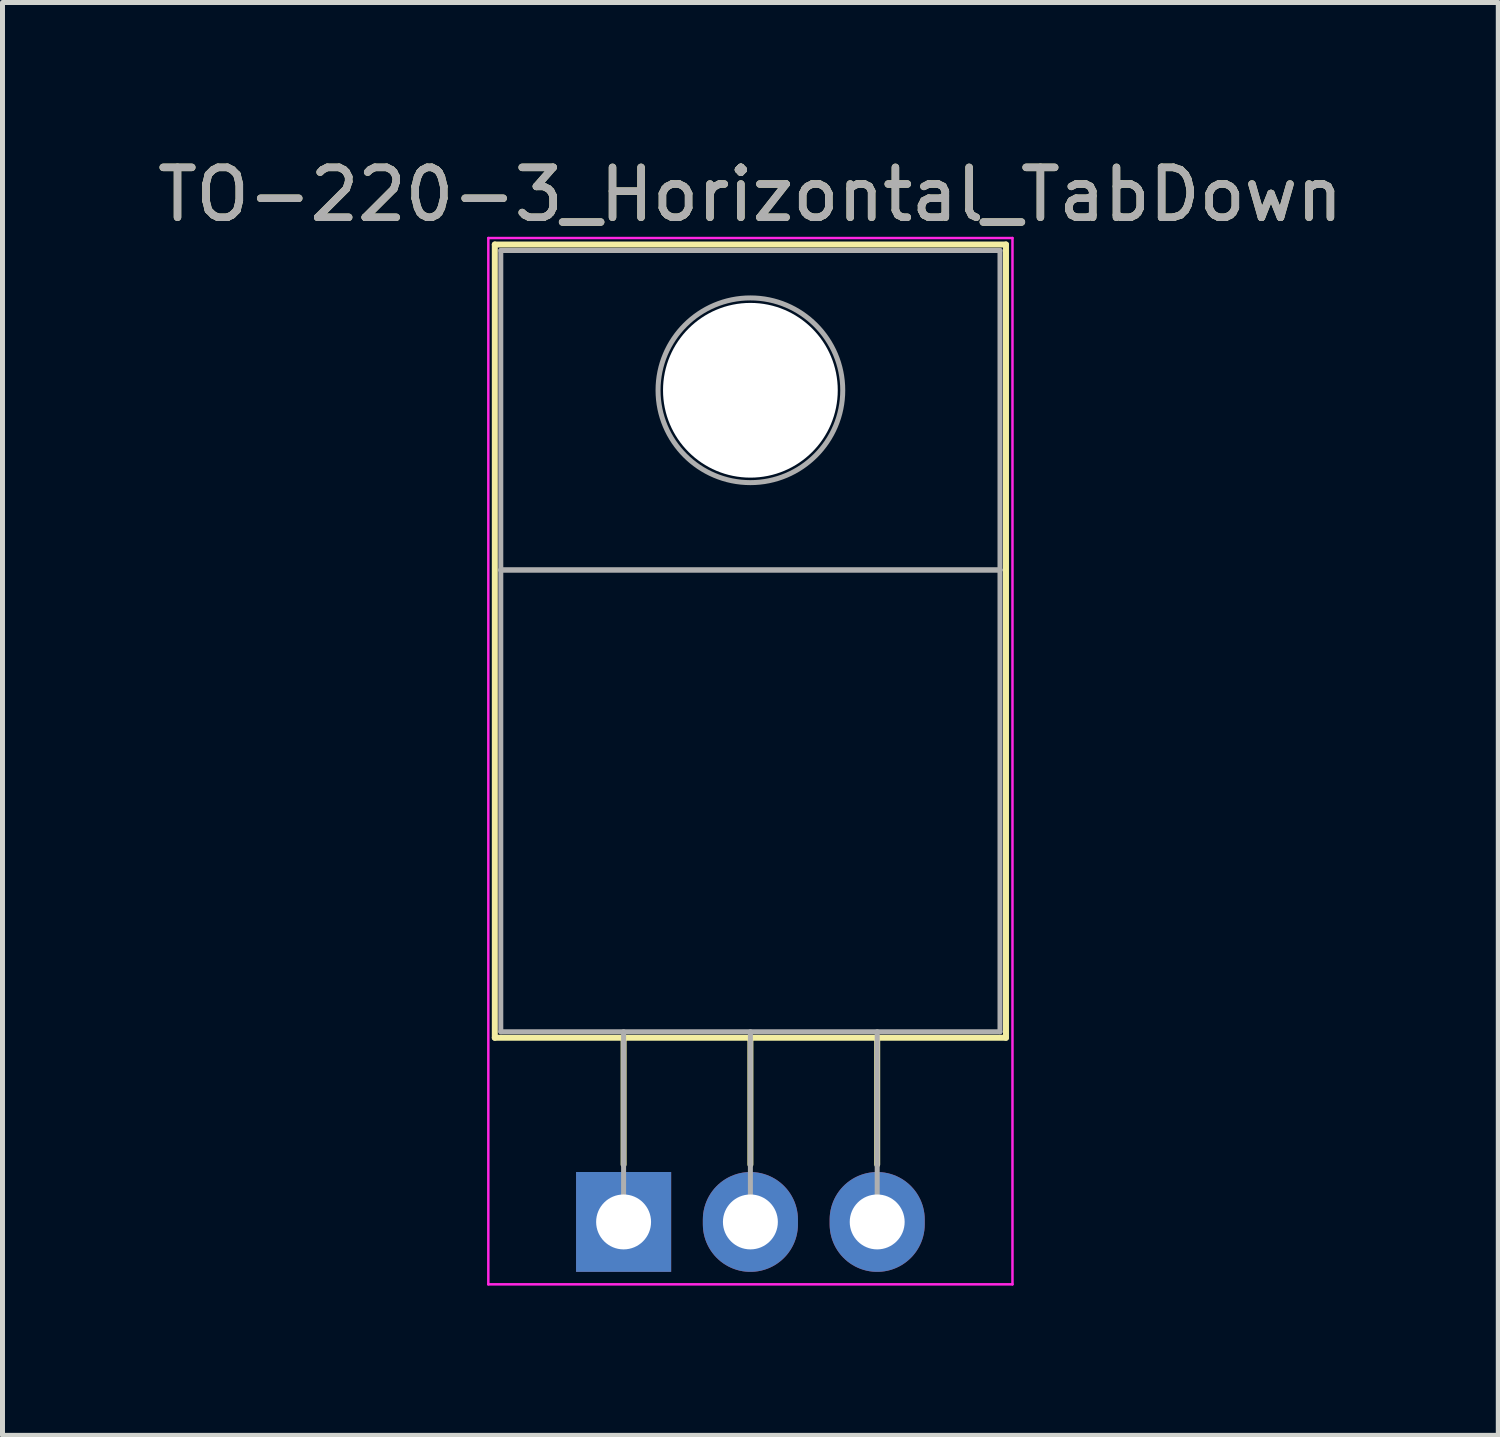
<source format=kicad_pcb>
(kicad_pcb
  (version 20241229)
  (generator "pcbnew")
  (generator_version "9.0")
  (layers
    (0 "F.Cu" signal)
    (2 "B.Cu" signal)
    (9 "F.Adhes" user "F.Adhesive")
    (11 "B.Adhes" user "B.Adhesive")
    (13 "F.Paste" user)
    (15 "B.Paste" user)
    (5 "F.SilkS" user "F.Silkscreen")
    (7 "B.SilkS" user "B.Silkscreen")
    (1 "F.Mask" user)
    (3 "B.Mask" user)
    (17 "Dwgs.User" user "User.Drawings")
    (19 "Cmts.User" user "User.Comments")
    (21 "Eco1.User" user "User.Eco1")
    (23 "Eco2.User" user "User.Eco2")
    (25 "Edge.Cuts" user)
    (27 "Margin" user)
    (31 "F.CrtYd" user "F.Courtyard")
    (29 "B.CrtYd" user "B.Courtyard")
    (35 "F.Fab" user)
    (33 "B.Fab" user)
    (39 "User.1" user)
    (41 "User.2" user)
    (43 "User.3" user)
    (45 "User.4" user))
  (footprint "TO-220-3_Horizontal_TabDown"
    (layer "F.Cu")
    (at 9.442 21.428)
    (property "Reference" "TO-220-3_Horizontal_TabDown" (at 2.54 -20.58 0) (layer "F.SilkS") (effects (font (size 1 1) (thickness 0.15))))
    (attr through_hole)
    (fp_line (start -2.58 -19.58) (end -2.58 -3.69) (stroke (width 0.12) (type solid)) (layer "F.SilkS"))
    (fp_line (start -2.58 -19.58) (end 7.66 -19.58) (stroke (width 0.12) (type solid)) (layer "F.SilkS"))
    (fp_line (start -2.58 -3.69) (end 7.66 -3.69) (stroke (width 0.12) (type solid)) (layer "F.SilkS"))
    (fp_line (start 0 -3.69) (end 0 -1.15) (stroke (width 0.12) (type solid)) (layer "F.SilkS"))
    (fp_line (start 2.54 -3.69) (end 2.54 -1.15) (stroke (width 0.12) (type solid)) (layer "F.SilkS"))
    (fp_line (start 5.08 -3.69) (end 5.08 -1.15) (stroke (width 0.12) (type solid)) (layer "F.SilkS"))
    (fp_line (start 7.66 -19.58) (end 7.66 -3.69) (stroke (width 0.12) (type solid)) (layer "F.SilkS"))
    (fp_line (start -2.71 -19.71) (end -2.71 1.25) (stroke (width 0.05) (type solid)) (layer "F.CrtYd"))
    (fp_line (start -2.71 1.25) (end 7.79 1.25) (stroke (width 0.05) (type solid)) (layer "F.CrtYd"))
    (fp_line (start 7.79 -19.71) (end -2.71 -19.71) (stroke (width 0.05) (type solid)) (layer "F.CrtYd"))
    (fp_line (start 7.79 1.25) (end 7.79 -19.71) (stroke (width 0.05) (type solid)) (layer "F.CrtYd"))
    (fp_line (start -2.46 -19.46) (end 7.54 -19.46) (stroke (width 0.1) (type solid)) (layer "F.Fab"))
    (fp_line (start -2.46 -13.06) (end -2.46 -19.46) (stroke (width 0.1) (type solid)) (layer "F.Fab"))
    (fp_line (start -2.46 -13.06) (end 7.54 -13.06) (stroke (width 0.1) (type solid)) (layer "F.Fab"))
    (fp_line (start -2.46 -3.81) (end -2.46 -13.06) (stroke (width 0.1) (type solid)) (layer "F.Fab"))
    (fp_line (start 0 -3.81) (end 0 0) (stroke (width 0.1) (type solid)) (layer "F.Fab"))
    (fp_line (start 2.54 -3.81) (end 2.54 0) (stroke (width 0.1) (type solid)) (layer "F.Fab"))
    (fp_line (start 5.08 -3.81) (end 5.08 0) (stroke (width 0.1) (type solid)) (layer "F.Fab"))
    (fp_line (start 7.54 -19.46) (end 7.54 -13.06) (stroke (width 0.1) (type solid)) (layer "F.Fab"))
    (fp_line (start 7.54 -13.06) (end -2.46 -13.06) (stroke (width 0.1) (type solid)) (layer "F.Fab"))
    (fp_line (start 7.54 -13.06) (end 7.54 -3.81) (stroke (width 0.1) (type solid)) (layer "F.Fab"))
    (fp_line (start 7.54 -3.81) (end -2.46 -3.81) (stroke (width 0.1) (type solid)) (layer "F.Fab"))
    (fp_circle (center 2.54 -16.66) (end 4.39 -16.66) (stroke (width 0.1) (type solid)) (fill no) (layer "F.Fab"))
    (fp_text user "${REFERENCE}" (at 2.54 -20.58 0) (layer "F.Fab") (effects (font (size 1 1) (thickness 0.15))))
    (pad "" np_thru_hole oval (at 2.54 -16.66) (size 3.5 3.5) (drill 3.5) (layers "*.Cu" "*.Mask"))
    (pad "1" thru_hole rect (at 0 0) (size 1.905 2) (drill 1.1) (layers "*.Cu" "*.Mask"))
    (pad "2" thru_hole oval (at 2.54 0) (size 1.905 2) (drill 1.1) (layers "*.Cu" "*.Mask"))
    (pad "3" thru_hole oval (at 5.08 0) (size 1.905 2) (drill 1.1) (layers "*.Cu" "*.Mask"))
    (zone (net_name "") (layers "F.Cu" "B.Cu") (hatch edge 0.508) (connect_pads) (min_thickness 0.254) (filled_areas_thickness no) (keepout (tracks not_allowed) (vias not_allowed) (pads not_allowed) (copperpour not_allowed) (footprints allowed)) (placement (enabled no)) (fill) (polygon (pts (xy 17.102 17.738) (xy 6.862 17.738) (xy 6.862 1.848) (xy 17.102 1.848)))))
  (gr_rect
    (start -3 -3)
    (end 26.964 25.703)
    (stroke (width 0.1) (type default))
    (fill no)
    (layer "Edge.Cuts")))
</source>
